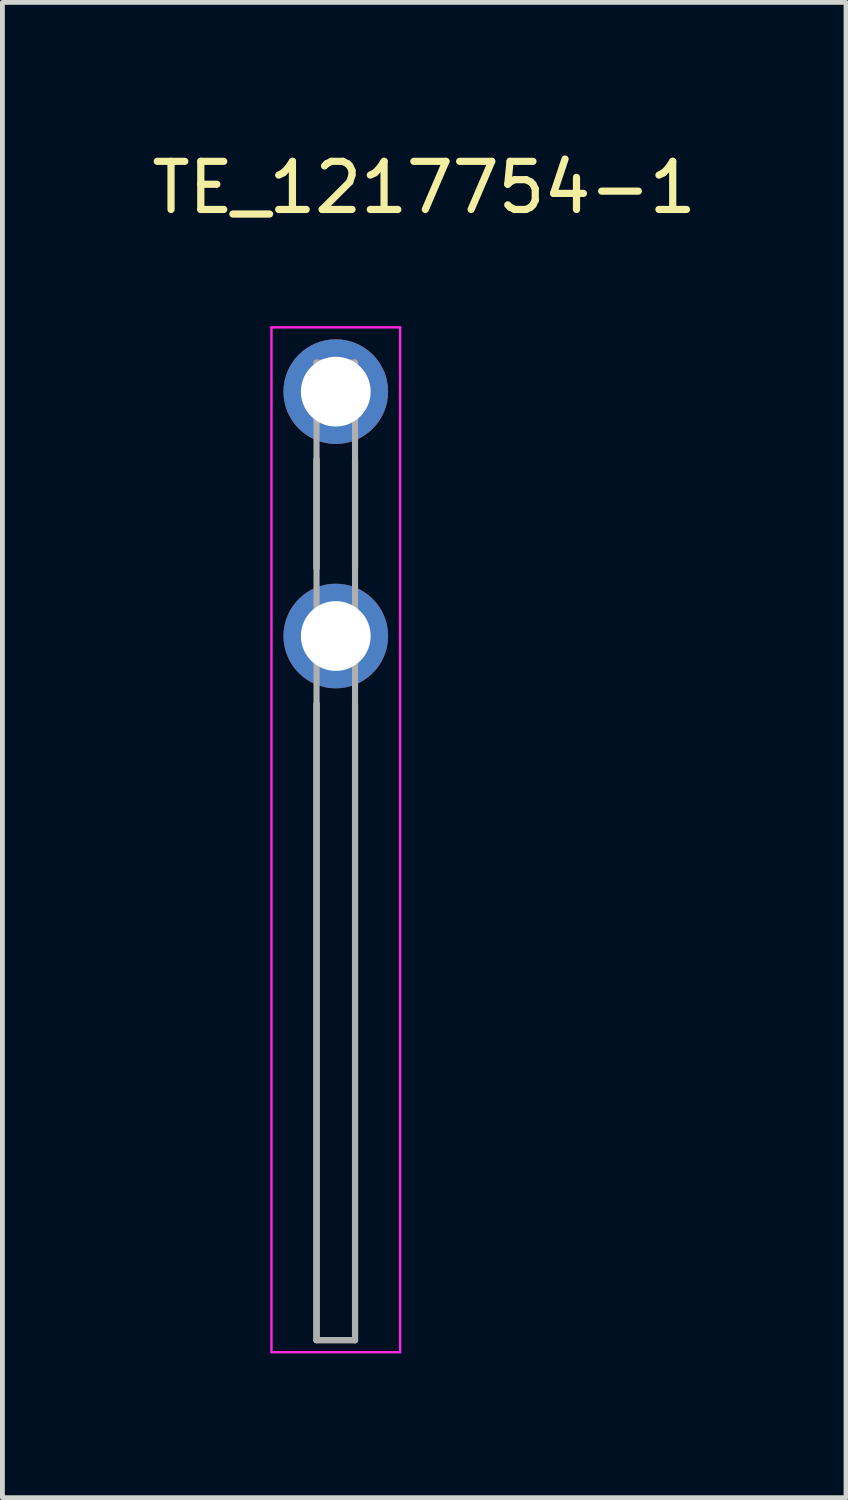
<source format=kicad_pcb>
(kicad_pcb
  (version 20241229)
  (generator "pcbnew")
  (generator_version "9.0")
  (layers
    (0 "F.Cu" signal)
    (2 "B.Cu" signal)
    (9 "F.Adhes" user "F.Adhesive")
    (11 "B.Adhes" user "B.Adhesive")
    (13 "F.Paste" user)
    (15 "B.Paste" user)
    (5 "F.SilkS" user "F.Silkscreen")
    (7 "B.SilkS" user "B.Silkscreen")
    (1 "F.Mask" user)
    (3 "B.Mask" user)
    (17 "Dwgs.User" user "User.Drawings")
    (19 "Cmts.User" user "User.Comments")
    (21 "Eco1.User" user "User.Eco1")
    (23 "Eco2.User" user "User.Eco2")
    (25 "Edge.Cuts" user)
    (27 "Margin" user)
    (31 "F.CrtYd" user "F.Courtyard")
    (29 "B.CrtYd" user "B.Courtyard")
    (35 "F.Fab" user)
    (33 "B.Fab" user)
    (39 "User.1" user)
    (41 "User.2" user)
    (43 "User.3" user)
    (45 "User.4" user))
  (footprint "TE_1217754-1"
    (layer "F.Cu")
    (at 3.93 7.631)
    (property "Reference" "TE_1217754-1" (at 1.837 -6.782 0) (layer "F.SilkS") (effects (font (size 1 1) (thickness 0.15))))
    (attr through_hole)
    (fp_line (start -0.4 -1.133) (end -0.4 1.133) (stroke (width 0.127) (type solid)) (layer "F.SilkS"))
    (fp_line (start -0.4 17.177) (end -0.4 3.947) (stroke (width 0.127) (type solid)) (layer "F.SilkS"))
    (fp_line (start 0.4 -1.133) (end 0.4 1.133) (stroke (width 0.127) (type solid)) (layer "F.SilkS"))
    (fp_line (start 0.4 17.177) (end -0.4 17.177) (stroke (width 0.127) (type solid)) (layer "F.SilkS"))
    (fp_line (start 0.4 17.177) (end 0.4 3.947) (stroke (width 0.127) (type solid)) (layer "F.SilkS"))
    (fp_line (start -1.337 -3.877) (end -1.337 17.427) (stroke (width 0.05) (type solid)) (layer "F.CrtYd"))
    (fp_line (start -1.337 17.427) (end 1.337 17.427) (stroke (width 0.05) (type solid)) (layer "F.CrtYd"))
    (fp_line (start 1.337 -3.877) (end -1.337 -3.877) (stroke (width 0.05) (type solid)) (layer "F.CrtYd"))
    (fp_line (start 1.337 17.427) (end 1.337 -3.877) (stroke (width 0.05) (type solid)) (layer "F.CrtYd"))
    (fp_line (start -0.4 -3.143) (end 0.4 -3.143) (stroke (width 0.127) (type solid)) (layer "F.Fab"))
    (fp_line (start -0.4 17.177) (end -0.4 -3.143) (stroke (width 0.127) (type solid)) (layer "F.Fab"))
    (fp_line (start 0.4 -3.143) (end 0.4 17.177) (stroke (width 0.127) (type solid)) (layer "F.Fab"))
    (fp_line (start 0.4 17.177) (end -0.4 17.177) (stroke (width 0.127) (type solid)) (layer "F.Fab"))
    (pad "1_1" thru_hole circle (at 0 -2.54) (size 2.175 2.175) (drill 1.45) (layers "*.Cu" "*.Mask"))
    (pad "1_2" thru_hole circle (at 0 2.54) (size 2.175 2.175) (drill 1.45) (layers "*.Cu" "*.Mask")))
  (gr_rect
    (start -3 -3)
    (end 14.536 28.083)
    (stroke (width 0.1) (type default))
    (fill no)
    (layer "Edge.Cuts")))
</source>
